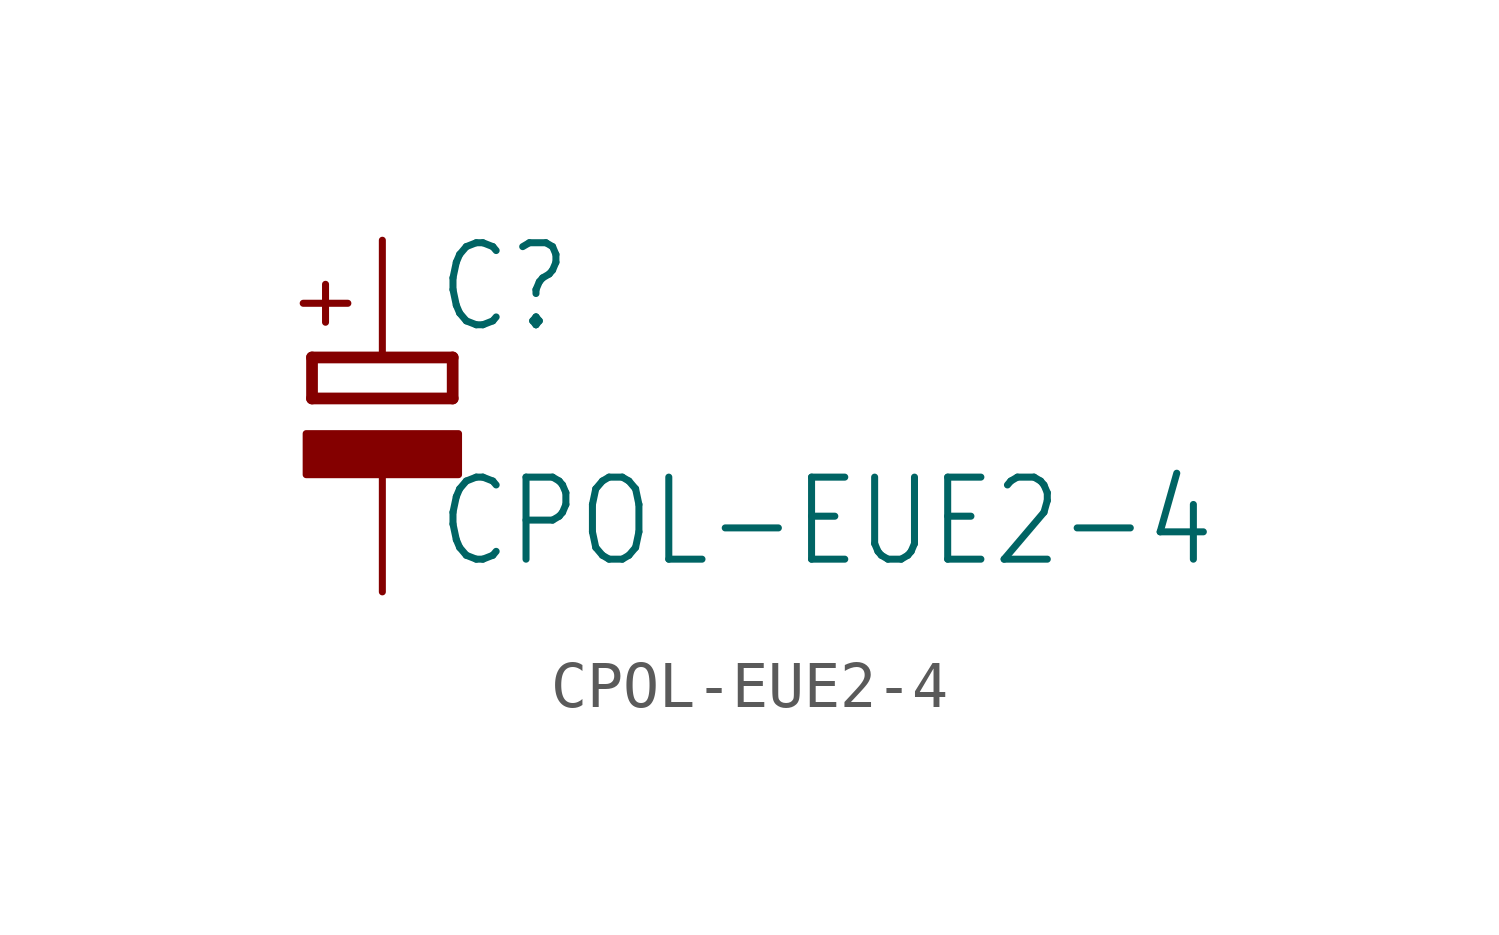
<source format=kicad_sym>
(kicad_symbol_lib
  (version 20210619)
  (generator kicad_symbol_editor)
  (symbol "CPOL-EUE2-4"
    (property "Reference" "C"
      (at 1.143 0.483 0)
      (effects (font (size 1.778 1.511)) (justify left bottom)))
    (property "Value" "CPOL-EUE2-4"
      (at 1.143 -4.597 0)
      (effects (font (size 1.778 1.511)) (justify left bottom)))
    (property "ki_locked" ""
      (at 0 0 0)
      (effects (font (size 1.27 1.27))))
    (symbol "CPOL-EUE2-4_1_0"
      (text "+" (at -0.584 0.406 900) (effects (font (size 1.27 1.079)) (justify left bottom)))
      (rectangle (start -1.651 -2.54) (end 1.651 -1.651) (stroke (width 0)) (fill (type outline)))
      (polyline (pts (xy -1.524 -0.889) (xy 1.524 -0.889)) (stroke (width 0.254)) (fill (type none)))
      (polyline (pts (xy -1.524 0) (xy -1.524 -0.889)) (stroke (width 0.254)) (fill (type none)))
      (polyline (pts (xy -1.524 0) (xy 1.524 0)) (stroke (width 0.254)) (fill (type none)))
      (polyline (pts (xy 1.524 -0.889) (xy 1.524 0)) (stroke (width 0.254)) (fill (type none)))
      (pin passive line (at 0 2.54 270) (length 2.54) (name "+" (effects (font (size 0 0)))) (number "+" (effects (font (size 0 0)))))
      (pin passive line (at 0 -5.08 90) (length 2.54) (name "-" (effects (font (size 0 0)))) (number "-" (effects (font (size 0 0))))))))
</source>
